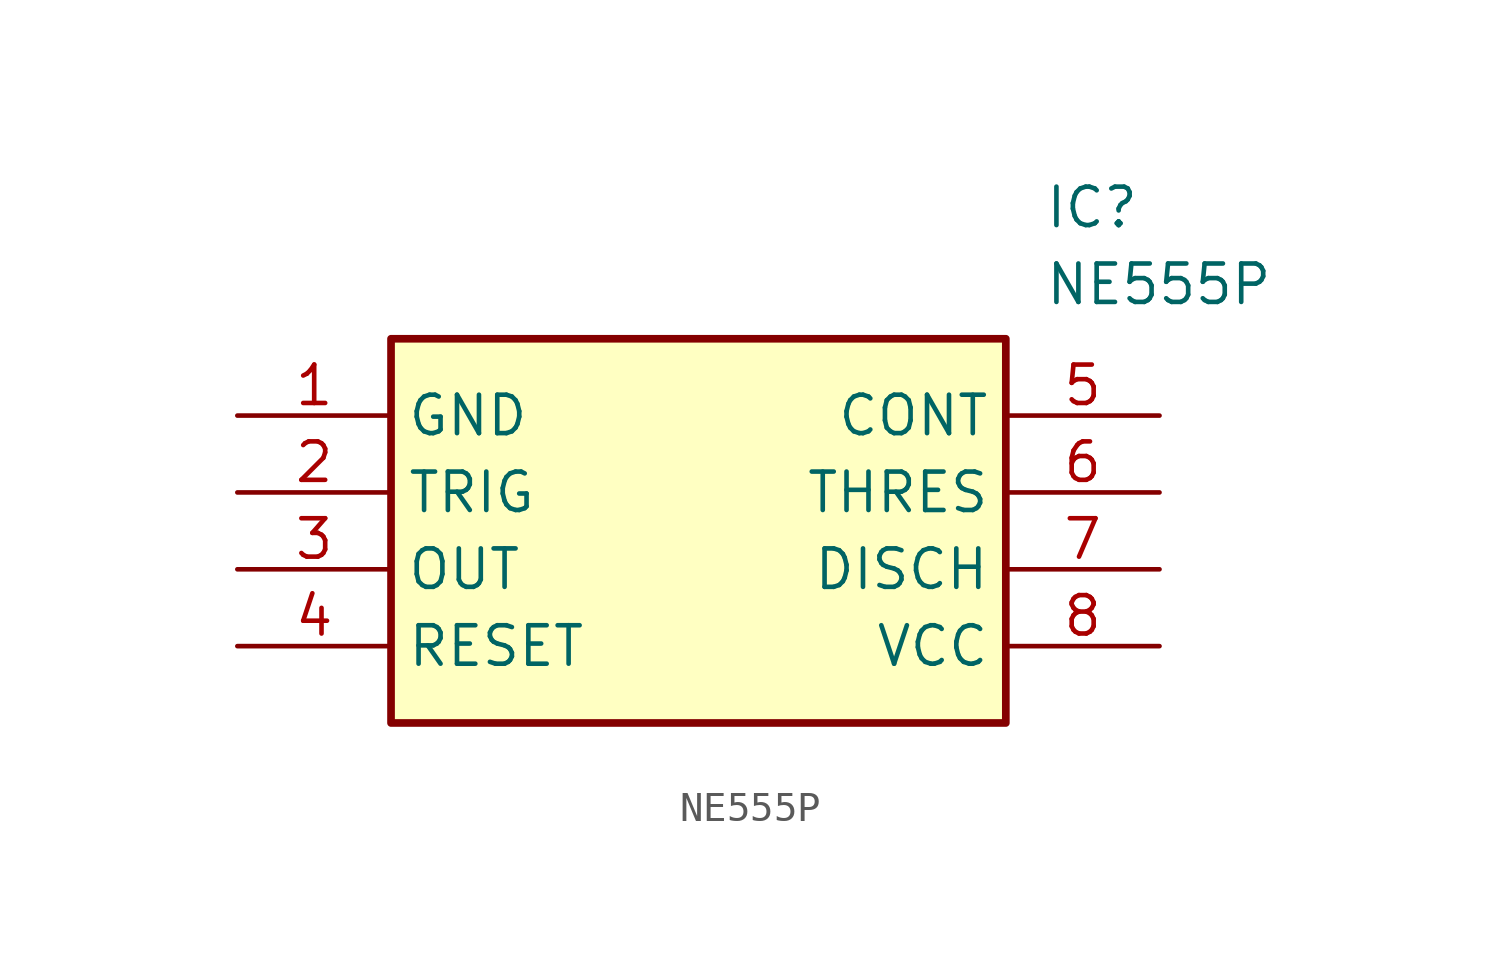
<source format=kicad_sym>
(kicad_symbol_lib
  (version 20211014)
  (generator SamacSys_ECAD_Model)
  (symbol "NE555P"
    (property "Reference" "IC"
      (at 26.67 7.62 0)
      (effects (font (size 1.27 1.27)) (justify left top)))
    (property "Value" "NE555P"
      (at 26.67 5.08 0)
      (effects (font (size 1.27 1.27)) (justify left top)))
    (rectangle
      (start 5.08 2.54)
      (end 25.4 -10.16)
      (stroke (width 0.254) (type default))
      (fill (type background)))
    (pin passive line
      (at 0 0 0)
      (length 5.08)
      (name "GND" (effects (font (size 1.27 1.27))))
      (number "1" (effects (font (size 1.27 1.27)))))
    (pin passive line
      (at 0 -2.54 0)
      (length 5.08)
      (name "TRIG" (effects (font (size 1.27 1.27))))
      (number "2" (effects (font (size 1.27 1.27)))))
    (pin passive line
      (at 0 -5.08 0)
      (length 5.08)
      (name "OUT" (effects (font (size 1.27 1.27))))
      (number "3" (effects (font (size 1.27 1.27)))))
    (pin passive line
      (at 0 -7.62 0)
      (length 5.08)
      (name "RESET" (effects (font (size 1.27 1.27))))
      (number "4" (effects (font (size 1.27 1.27)))))
    (pin passive line
      (at 30.48 0 180)
      (length 5.08)
      (name "CONT" (effects (font (size 1.27 1.27))))
      (number "5" (effects (font (size 1.27 1.27)))))
    (pin passive line
      (at 30.48 -2.54 180)
      (length 5.08)
      (name "THRES" (effects (font (size 1.27 1.27))))
      (number "6" (effects (font (size 1.27 1.27)))))
    (pin passive line
      (at 30.48 -5.08 180)
      (length 5.08)
      (name "DISCH" (effects (font (size 1.27 1.27))))
      (number "7" (effects (font (size 1.27 1.27)))))
    (pin passive line
      (at 30.48 -7.62 180)
      (length 5.08)
      (name "VCC" (effects (font (size 1.27 1.27))))
      (number "8" (effects (font (size 1.27 1.27)))))))
</source>
